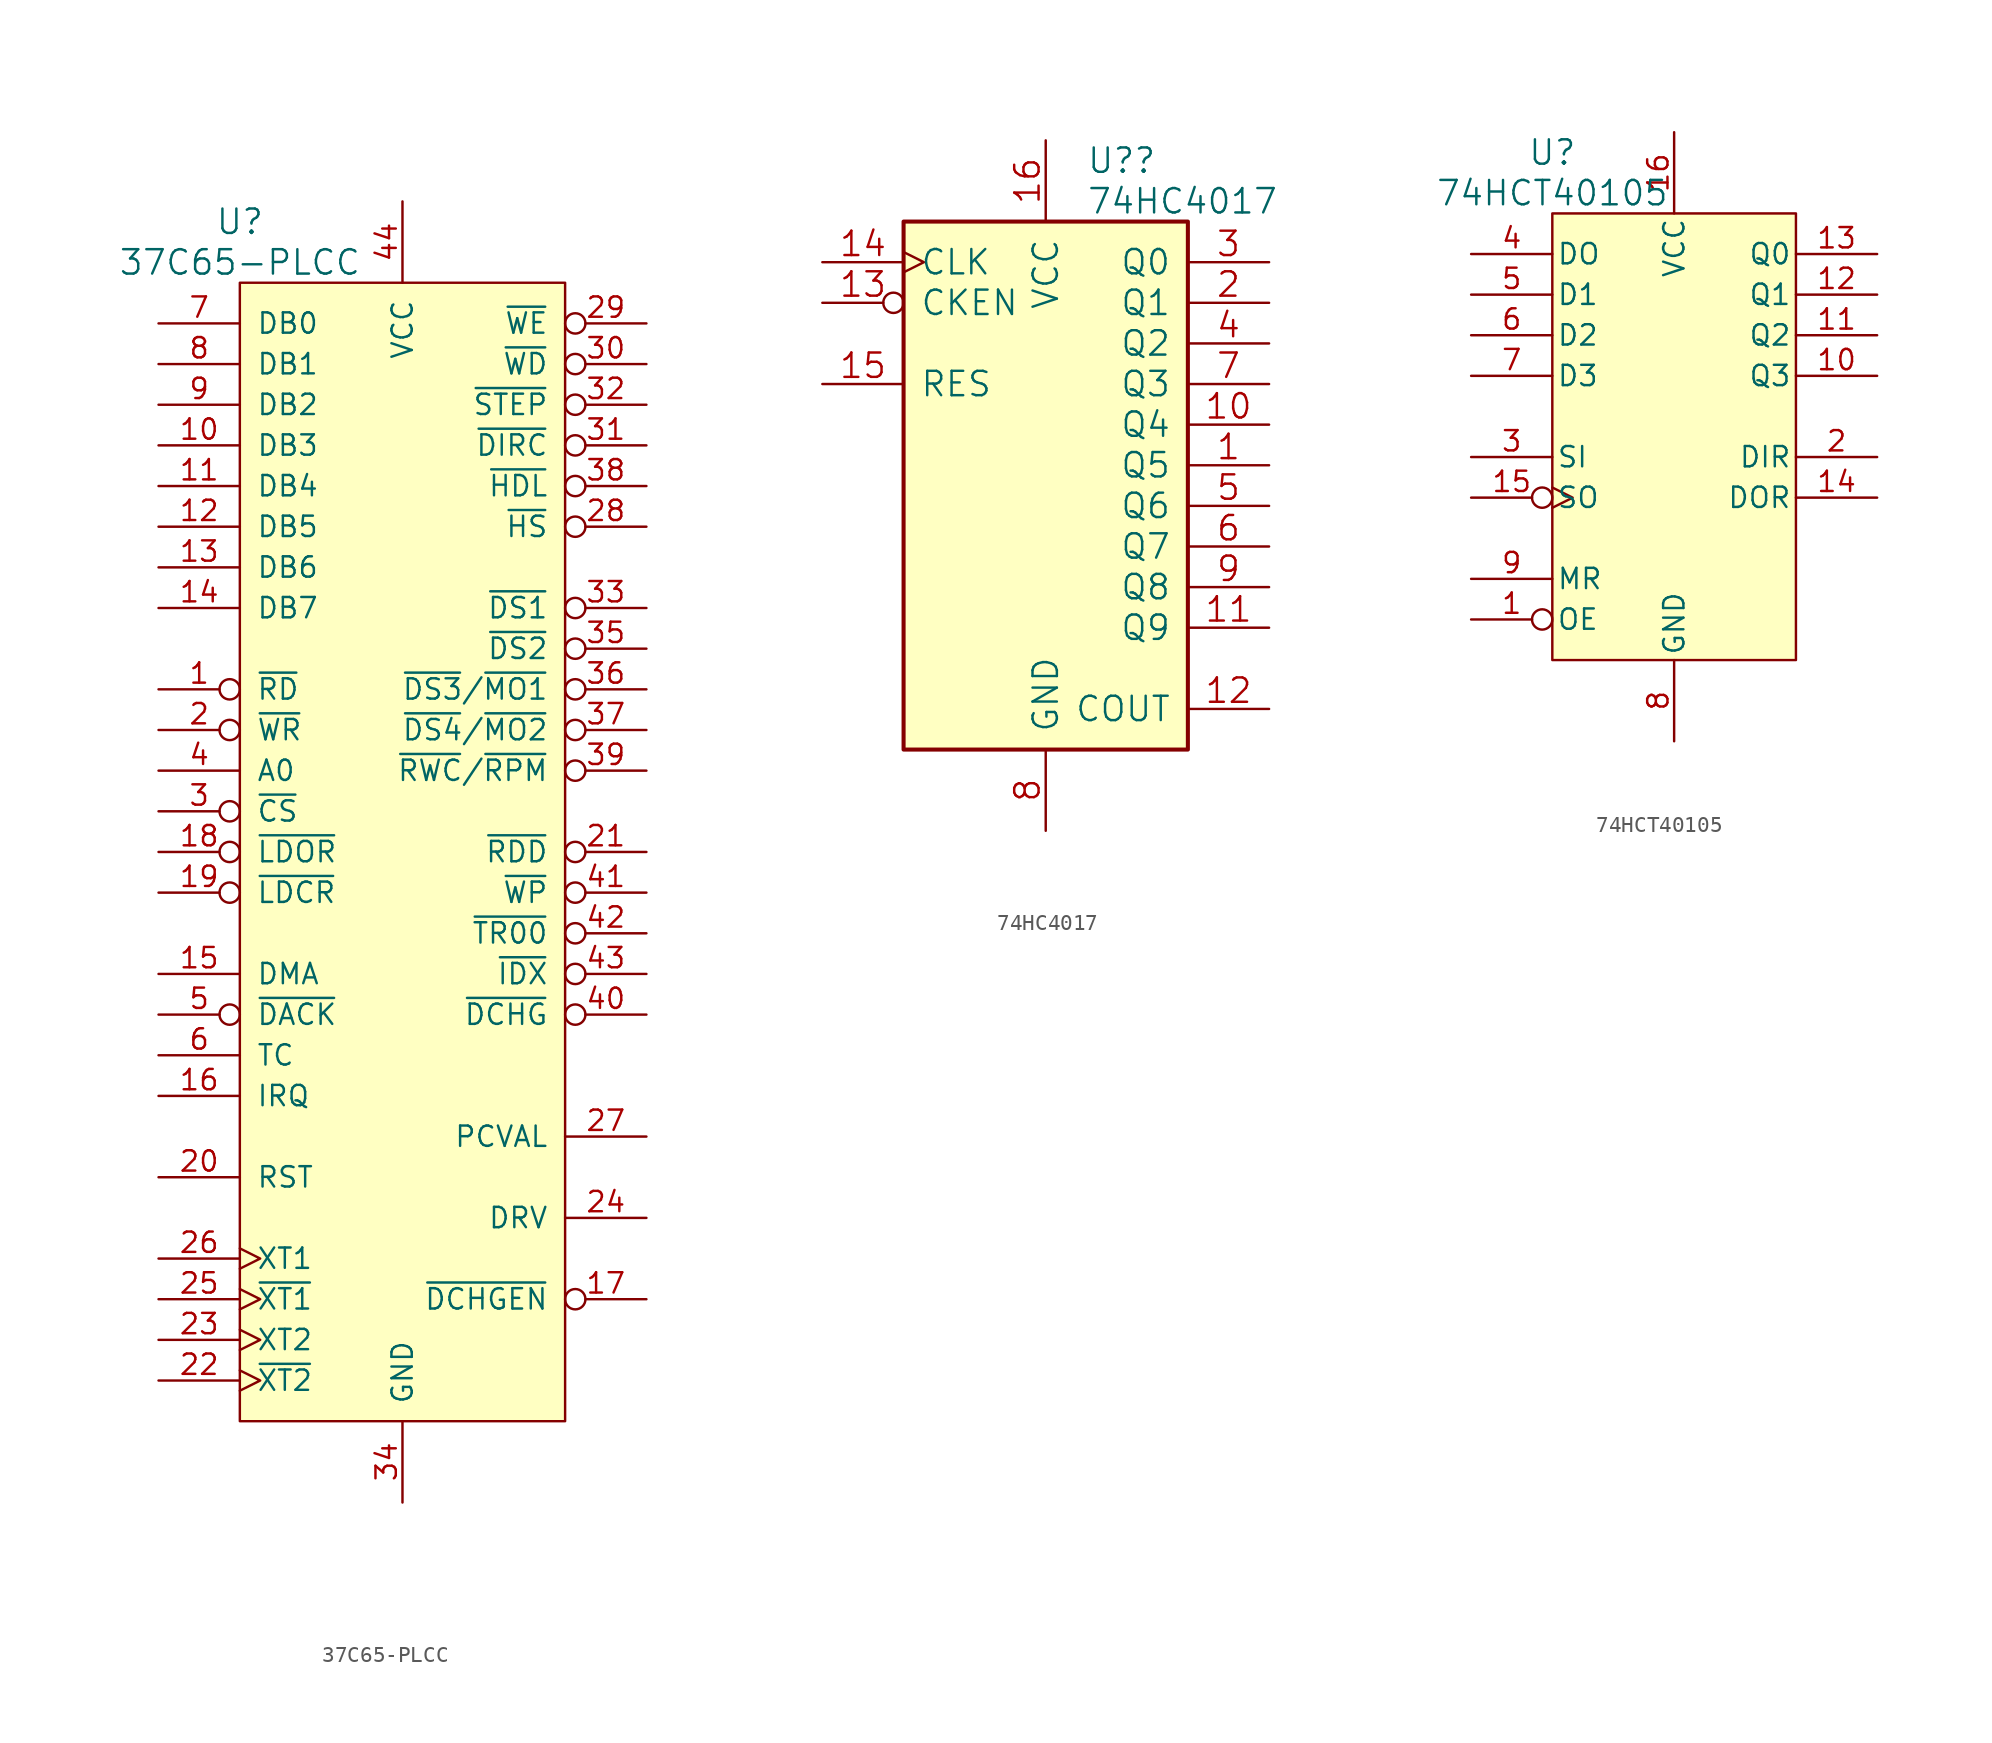
<source format=kicad_sym>
(kicad_symbol_lib
  (version 20211014)
  (generator kicad_symbol_editor)
  (symbol "37C65-PLCC"
    (pin_names
      (offset 1.016))
    (property "Reference" "U"
      (at -10.16 36.83 0)
      (effects (font (size 1.524 1.524))))
    (property "Value" "37C65-PLCC"
      (at -10.16 34.29 0)
      (effects (font (size 1.524 1.524))))
    (property "Footprint" ""
      (at 0 0 0)
      (effects (font (size 1.524 1.524))))
    (property "Datasheet" ""
      (at 0 0 0)
      (effects (font (size 1.524 1.524))))
    (symbol "37C65-PLCC_0_1"
      (rectangle (start -10.16 33.02) (end 10.16 -38.1) (stroke (width 0) (type default) (color 0 0 0 0)) (fill (type background))))
    (symbol "37C65-PLCC_1_1"
      (pin input inverted (at -15.24 7.62 0) (length 5.08) (name "~{RD}" (effects (font (size 1.27 1.27)))) (number "1" (effects (font (size 1.27 1.27)))))
      (pin tri_state line (at -15.24 22.86 0) (length 5.08) (name "DB3" (effects (font (size 1.27 1.27)))) (number "10" (effects (font (size 1.27 1.27)))))
      (pin tri_state line (at -15.24 20.32 0) (length 5.08) (name "DB4" (effects (font (size 1.27 1.27)))) (number "11" (effects (font (size 1.27 1.27)))))
      (pin tri_state line (at -15.24 17.78 0) (length 5.08) (name "DB5" (effects (font (size 1.27 1.27)))) (number "12" (effects (font (size 1.27 1.27)))))
      (pin tri_state line (at -15.24 15.24 0) (length 5.08) (name "DB6" (effects (font (size 1.27 1.27)))) (number "13" (effects (font (size 1.27 1.27)))))
      (pin tri_state line (at -15.24 12.7 0) (length 5.08) (name "DB7" (effects (font (size 1.27 1.27)))) (number "14" (effects (font (size 1.27 1.27)))))
      (pin output line (at -15.24 -10.16 0) (length 5.08) (name "DMA" (effects (font (size 1.27 1.27)))) (number "15" (effects (font (size 1.27 1.27)))))
      (pin output line (at -15.24 -17.78 0) (length 5.08) (name "IRQ" (effects (font (size 1.27 1.27)))) (number "16" (effects (font (size 1.27 1.27)))))
      (pin input inverted (at 15.24 -30.48 180) (length 5.08) (name "~{DCHGEN}" (effects (font (size 1.27 1.27)))) (number "17" (effects (font (size 1.27 1.27)))))
      (pin input inverted (at -15.24 -2.54 0) (length 5.08) (name "~{LDOR}" (effects (font (size 1.27 1.27)))) (number "18" (effects (font (size 1.27 1.27)))))
      (pin input inverted (at -15.24 -5.08 0) (length 5.08) (name "~{LDCR}" (effects (font (size 1.27 1.27)))) (number "19" (effects (font (size 1.27 1.27)))))
      (pin input inverted (at -15.24 5.08 0) (length 5.08) (name "~{WR}" (effects (font (size 1.27 1.27)))) (number "2" (effects (font (size 1.27 1.27)))))
      (pin input line (at -15.24 -22.86 0) (length 5.08) (name "RST" (effects (font (size 1.27 1.27)))) (number "20" (effects (font (size 1.27 1.27)))))
      (pin input inverted (at 15.24 -2.54 180) (length 5.08) (name "~{RDD}" (effects (font (size 1.27 1.27)))) (number "21" (effects (font (size 1.27 1.27)))))
      (pin input clock (at -15.24 -35.56 0) (length 5.08) (name "~{XT2}" (effects (font (size 1.27 1.27)))) (number "22" (effects (font (size 1.27 1.27)))))
      (pin input clock (at -15.24 -33.02 0) (length 5.08) (name "XT2" (effects (font (size 1.27 1.27)))) (number "23" (effects (font (size 1.27 1.27)))))
      (pin input line (at 15.24 -25.4 180) (length 5.08) (name "DRV" (effects (font (size 1.27 1.27)))) (number "24" (effects (font (size 1.27 1.27)))))
      (pin input clock (at -15.24 -30.48 0) (length 5.08) (name "~{XT1}" (effects (font (size 1.27 1.27)))) (number "25" (effects (font (size 1.27 1.27)))))
      (pin input clock (at -15.24 -27.94 0) (length 5.08) (name "XT1" (effects (font (size 1.27 1.27)))) (number "26" (effects (font (size 1.27 1.27)))))
      (pin input line (at 15.24 -20.32 180) (length 5.08) (name "PCVAL" (effects (font (size 1.27 1.27)))) (number "27" (effects (font (size 1.27 1.27)))))
      (pin output inverted (at 15.24 17.78 180) (length 5.08) (name "~{HS}" (effects (font (size 1.27 1.27)))) (number "28" (effects (font (size 1.27 1.27)))))
      (pin output inverted (at 15.24 30.48 180) (length 5.08) (name "~{WE}" (effects (font (size 1.27 1.27)))) (number "29" (effects (font (size 1.27 1.27)))))
      (pin input inverted (at -15.24 0 0) (length 5.08) (name "~{CS}" (effects (font (size 1.27 1.27)))) (number "3" (effects (font (size 1.27 1.27)))))
      (pin output inverted (at 15.24 27.94 180) (length 5.08) (name "~{WD}" (effects (font (size 1.27 1.27)))) (number "30" (effects (font (size 1.27 1.27)))))
      (pin output inverted (at 15.24 22.86 180) (length 5.08) (name "~{DIRC}" (effects (font (size 1.27 1.27)))) (number "31" (effects (font (size 1.27 1.27)))))
      (pin output inverted (at 15.24 25.4 180) (length 5.08) (name "~{STEP}" (effects (font (size 1.27 1.27)))) (number "32" (effects (font (size 1.27 1.27)))))
      (pin output inverted (at 15.24 12.7 180) (length 5.08) (name "~{DS1}" (effects (font (size 1.27 1.27)))) (number "33" (effects (font (size 1.27 1.27)))))
      (pin power_in line (at 0 -43.18 90) (length 5.08) (name "GND" (effects (font (size 1.27 1.27)))) (number "34" (effects (font (size 1.27 1.27)))))
      (pin output inverted (at 15.24 10.16 180) (length 5.08) (name "~{DS2}" (effects (font (size 1.27 1.27)))) (number "35" (effects (font (size 1.27 1.27)))))
      (pin output inverted (at 15.24 7.62 180) (length 5.08) (name "~{DS3}/~{MO1}" (effects (font (size 1.27 1.27)))) (number "36" (effects (font (size 1.27 1.27)))))
      (pin output inverted (at 15.24 5.08 180) (length 5.08) (name "~{DS4}/~{MO2}" (effects (font (size 1.27 1.27)))) (number "37" (effects (font (size 1.27 1.27)))))
      (pin output inverted (at 15.24 20.32 180) (length 5.08) (name "~{HDL}" (effects (font (size 1.27 1.27)))) (number "38" (effects (font (size 1.27 1.27)))))
      (pin output inverted (at 15.24 2.54 180) (length 5.08) (name "~{RWC}/~{RPM}" (effects (font (size 1.27 1.27)))) (number "39" (effects (font (size 1.27 1.27)))))
      (pin input line (at -15.24 2.54 0) (length 5.08) (name "A0" (effects (font (size 1.27 1.27)))) (number "4" (effects (font (size 1.27 1.27)))))
      (pin input inverted (at 15.24 -12.7 180) (length 5.08) (name "~{DCHG}" (effects (font (size 1.27 1.27)))) (number "40" (effects (font (size 1.27 1.27)))))
      (pin input inverted (at 15.24 -5.08 180) (length 5.08) (name "~{WP}" (effects (font (size 1.27 1.27)))) (number "41" (effects (font (size 1.27 1.27)))))
      (pin input inverted (at 15.24 -7.62 180) (length 5.08) (name "~{TR00}" (effects (font (size 1.27 1.27)))) (number "42" (effects (font (size 1.27 1.27)))))
      (pin input inverted (at 15.24 -10.16 180) (length 5.08) (name "~{IDX}" (effects (font (size 1.27 1.27)))) (number "43" (effects (font (size 1.27 1.27)))))
      (pin power_in line (at 0 38.1 270) (length 5.08) (name "VCC" (effects (font (size 1.27 1.27)))) (number "44" (effects (font (size 1.27 1.27)))))
      (pin input inverted (at -15.24 -12.7 0) (length 5.08) (name "~{DACK}" (effects (font (size 1.27 1.27)))) (number "5" (effects (font (size 1.27 1.27)))))
      (pin input line (at -15.24 -15.24 0) (length 5.08) (name "TC" (effects (font (size 1.27 1.27)))) (number "6" (effects (font (size 1.27 1.27)))))
      (pin tri_state line (at -15.24 30.48 0) (length 5.08) (name "DB0" (effects (font (size 1.27 1.27)))) (number "7" (effects (font (size 1.27 1.27)))))
      (pin tri_state line (at -15.24 27.94 0) (length 5.08) (name "DB1" (effects (font (size 1.27 1.27)))) (number "8" (effects (font (size 1.27 1.27)))))
      (pin tri_state line (at -15.24 25.4 0) (length 5.08) (name "DB2" (effects (font (size 1.27 1.27)))) (number "9" (effects (font (size 1.27 1.27)))))))
  (symbol "74HC4017"
    (pin_names
      (offset 1.016))
    (property "Reference" "U?"
      (at 2.54 20.32 0)
      (effects (font (size 1.524 1.524)) (justify left)))
    (property "Value" "74HC4017"
      (at 2.54 17.78 0)
      (effects (font (size 1.524 1.524)) (justify left)))
    (property "Footprint" ""
      (at 0 0 0)
      (effects (font (size 1.524 1.524))))
    (property "Datasheet" ""
      (at 0 0 0)
      (effects (font (size 1.524 1.524))))
    (symbol "74HC4017_0_0"
      (pin power_in line (at 0 21.59 270) (length 5.08) (name "VCC" (effects (font (size 1.524 1.524)))) (number "16" (effects (font (size 1.524 1.524)))))
      (pin power_in line (at 0 -21.59 90) (length 5.08) (name "GND" (effects (font (size 1.524 1.524)))) (number "8" (effects (font (size 1.524 1.524))))))
    (symbol "74HC4017_0_1"
      (rectangle (start -8.89 16.51) (end 8.89 -16.51) (stroke (width 0.254) (type default) (color 0 0 0 0)) (fill (type background))))
    (symbol "74HC4017_1_1"
      (pin output line (at 13.97 1.27 180) (length 5.08) (name "Q5" (effects (font (size 1.524 1.524)))) (number "1" (effects (font (size 1.524 1.524)))))
      (pin output line (at 13.97 3.81 180) (length 5.08) (name "Q4" (effects (font (size 1.524 1.524)))) (number "10" (effects (font (size 1.524 1.524)))))
      (pin output line (at 13.97 -8.89 180) (length 5.08) (name "Q9" (effects (font (size 1.524 1.524)))) (number "11" (effects (font (size 1.524 1.524)))))
      (pin output line (at 13.97 -13.97 180) (length 5.08) (name "COUT" (effects (font (size 1.524 1.524)))) (number "12" (effects (font (size 1.524 1.524)))))
      (pin input inverted (at -13.97 11.43 0) (length 5.08) (name "CKEN" (effects (font (size 1.524 1.524)))) (number "13" (effects (font (size 1.524 1.524)))))
      (pin input clock (at -13.97 13.97 0) (length 5.08) (name "CLK" (effects (font (size 1.524 1.524)))) (number "14" (effects (font (size 1.524 1.524)))))
      (pin input line (at -13.97 6.35 0) (length 5.08) (name "RES" (effects (font (size 1.524 1.524)))) (number "15" (effects (font (size 1.524 1.524)))))
      (pin output line (at 13.97 11.43 180) (length 5.08) (name "Q1" (effects (font (size 1.524 1.524)))) (number "2" (effects (font (size 1.524 1.524)))))
      (pin output line (at 13.97 13.97 180) (length 5.08) (name "Q0" (effects (font (size 1.524 1.524)))) (number "3" (effects (font (size 1.524 1.524)))))
      (pin output line (at 13.97 8.89 180) (length 5.08) (name "Q2" (effects (font (size 1.524 1.524)))) (number "4" (effects (font (size 1.524 1.524)))))
      (pin output line (at 13.97 -1.27 180) (length 5.08) (name "Q6" (effects (font (size 1.524 1.524)))) (number "5" (effects (font (size 1.524 1.524)))))
      (pin output line (at 13.97 -3.81 180) (length 5.08) (name "Q7" (effects (font (size 1.524 1.524)))) (number "6" (effects (font (size 1.524 1.524)))))
      (pin output line (at 13.97 6.35 180) (length 5.08) (name "Q3" (effects (font (size 1.524 1.524)))) (number "7" (effects (font (size 1.524 1.524)))))
      (pin output line (at 13.97 -6.35 180) (length 5.08) (name "Q8" (effects (font (size 1.524 1.524)))) (number "9" (effects (font (size 1.524 1.524)))))))
  (symbol "74HCT40105"
    (pin_names
      (offset 0.254))
    (property "Reference" "U"
      (at -7.62 17.78 0)
      (effects (font (size 1.524 1.524))))
    (property "Value" "74HCT40105"
      (at -7.62 15.24 0)
      (effects (font (size 1.524 1.524))))
    (property "Footprint" ""
      (at 0 -1.27 0)
      (effects (font (size 1.524 1.524))))
    (property "Datasheet" ""
      (at 0 -1.27 0)
      (effects (font (size 1.524 1.524))))
    (symbol "74HCT40105_0_0"
      (pin power_in line (at 0 -19.05 90) (length 5.08) (name "GND" (effects (font (size 1.27 1.27)))) (number "8" (effects (font (size 1.27 1.27))))))
    (symbol "74HCT40105_0_1"
      (rectangle (start -7.62 13.97) (end 7.62 -13.97) (stroke (width 0) (type default) (color 0 0 0 0)) (fill (type background)))
      (pin power_in line (at 0 19.05 270) (length 5.08) (name "VCC" (effects (font (size 1.27 1.27)))) (number "16" (effects (font (size 1.27 1.27))))))
    (symbol "74HCT40105_1_1"
      (pin input inverted (at -12.7 -11.43 0) (length 5.08) (name "OE" (effects (font (size 1.27 1.27)))) (number "1" (effects (font (size 1.27 1.27)))))
      (pin output line (at 12.7 3.81 180) (length 5.08) (name "Q3" (effects (font (size 1.27 1.27)))) (number "10" (effects (font (size 1.27 1.27)))))
      (pin output line (at 12.7 6.35 180) (length 5.08) (name "Q2" (effects (font (size 1.27 1.27)))) (number "11" (effects (font (size 1.27 1.27)))))
      (pin output line (at 12.7 8.89 180) (length 5.08) (name "Q1" (effects (font (size 1.27 1.27)))) (number "12" (effects (font (size 1.27 1.27)))))
      (pin output line (at 12.7 11.43 180) (length 5.08) (name "Q0" (effects (font (size 1.27 1.27)))) (number "13" (effects (font (size 1.27 1.27)))))
      (pin output line (at 12.7 -3.81 180) (length 5.08) (name "DOR" (effects (font (size 1.27 1.27)))) (number "14" (effects (font (size 1.27 1.27)))))
      (pin input inverted_clock (at -12.7 -3.81 0) (length 5.08) (name "SO" (effects (font (size 1.27 1.27)))) (number "15" (effects (font (size 1.27 1.27)))))
      (pin output line (at 12.7 -1.27 180) (length 5.08) (name "DIR" (effects (font (size 1.27 1.27)))) (number "2" (effects (font (size 1.27 1.27)))))
      (pin input line (at -12.7 -1.27 0) (length 5.08) (name "SI" (effects (font (size 1.27 1.27)))) (number "3" (effects (font (size 1.27 1.27)))))
      (pin input line (at -12.7 11.43 0) (length 5.08) (name "DO" (effects (font (size 1.27 1.27)))) (number "4" (effects (font (size 1.27 1.27)))))
      (pin input line (at -12.7 8.89 0) (length 5.08) (name "D1" (effects (font (size 1.27 1.27)))) (number "5" (effects (font (size 1.27 1.27)))))
      (pin input line (at -12.7 6.35 0) (length 5.08) (name "D2" (effects (font (size 1.27 1.27)))) (number "6" (effects (font (size 1.27 1.27)))))
      (pin input line (at -12.7 3.81 0) (length 5.08) (name "D3" (effects (font (size 1.27 1.27)))) (number "7" (effects (font (size 1.27 1.27)))))
      (pin input line (at -12.7 -8.89 0) (length 5.08) (name "MR" (effects (font (size 1.27 1.27)))) (number "9" (effects (font (size 1.27 1.27))))))))
</source>
